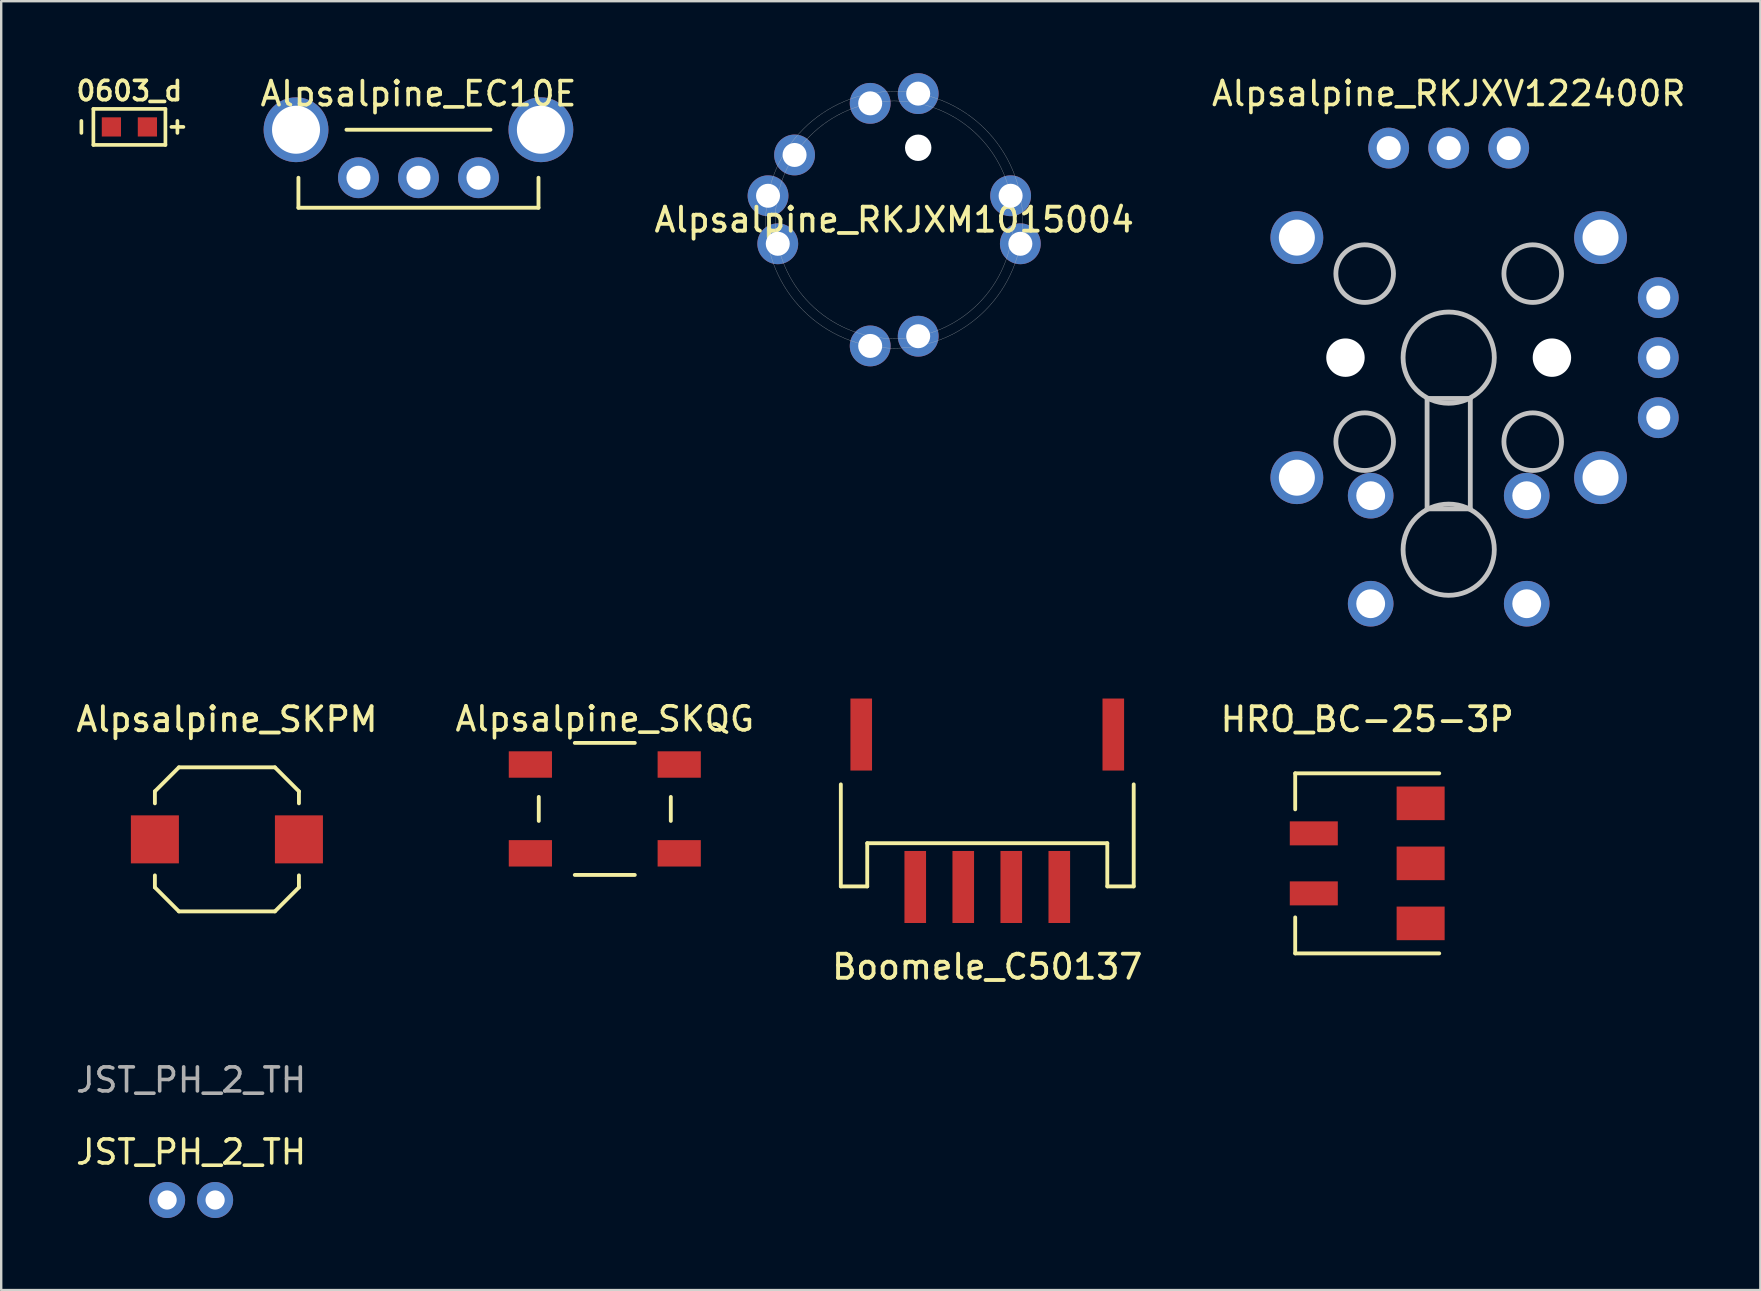
<source format=kicad_pcb>
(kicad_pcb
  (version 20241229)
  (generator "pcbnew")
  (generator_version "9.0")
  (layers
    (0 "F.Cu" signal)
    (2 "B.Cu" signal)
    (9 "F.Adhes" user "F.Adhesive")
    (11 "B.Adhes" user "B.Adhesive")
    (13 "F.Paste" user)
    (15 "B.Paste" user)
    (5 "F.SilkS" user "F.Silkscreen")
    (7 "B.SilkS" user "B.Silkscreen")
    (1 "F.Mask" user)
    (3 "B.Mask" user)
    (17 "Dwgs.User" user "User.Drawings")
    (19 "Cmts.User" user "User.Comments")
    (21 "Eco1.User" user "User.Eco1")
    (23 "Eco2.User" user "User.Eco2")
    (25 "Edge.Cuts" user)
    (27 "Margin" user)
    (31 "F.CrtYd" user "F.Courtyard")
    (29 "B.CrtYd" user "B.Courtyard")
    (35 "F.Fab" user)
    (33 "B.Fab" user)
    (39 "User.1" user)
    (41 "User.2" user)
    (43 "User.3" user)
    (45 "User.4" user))
  (footprint "JST_PH_2_TH"
    (layer "F.Cu")
    (at 4.911 46.937)
    (property "Reference" "JST_PH_2_TH" (at 0 -2 0) (unlocked yes) (layer "F.SilkS") (effects (font (size 1 1) (thickness 0.15))))
    (attr through_hole)
    (fp_text user "${REFERENCE}" (at 0 -5 0) (unlocked yes) (layer "F.Fab") (effects (font (size 1 1) (thickness 0.15))))
    (pad "1" thru_hole circle (at -1 0) (size 1.5 1.5) (drill 0.8) (layers "*.Cu" "*.Mask"))
    (pad "2" thru_hole circle (at 1 0) (size 1.5 1.5) (drill 0.8) (layers "*.Cu" "*.Mask")))
  (footprint "Alpsalpine_SKQG"
    (layer "F.Cu")
    (at 22.143 30.646)
    (property "Reference" "Alpsalpine_SKQG" (at 0 -3.75 0) (unlocked yes) (layer "F.SilkS") (effects (font (size 1 1) (thickness 0.15))))
    (attr smd)
    (fp_line (start -2.75 -0.5) (end -2.75 0.5) (stroke (width 0.16) (type solid)) (layer "F.SilkS"))
    (fp_line (start -1.25 -2.75) (end 1.25 -2.75) (stroke (width 0.16) (type solid)) (layer "F.SilkS"))
    (fp_line (start -1.25 2.75) (end 1.25 2.75) (stroke (width 0.16) (type solid)) (layer "F.SilkS"))
    (fp_line (start 2.75 -0.5) (end 2.75 0.5) (stroke (width 0.16) (type solid)) (layer "F.SilkS"))
    (pad "1" smd rect (at -3.1 1.85) (size 1.8 1.1) (layers "F.Cu" "F.Mask" "F.Paste"))
    (pad "1" smd rect (at 3.1 1.85) (size 1.8 1.1) (layers "F.Cu" "F.Mask" "F.Paste"))
    (pad "2" smd rect (at -3.1 -1.85) (size 1.8 1.1) (layers "F.Cu" "F.Mask" "F.Paste"))
    (pad "2" smd rect (at 3.1 -1.85) (size 1.8 1.1) (layers "F.Cu" "F.Mask" "F.Paste"))
    (zone (net_name "") (layer "F.Cu") (hatch edge 0.508) (connect_pads) (min_thickness 0.254) (filled_areas_thickness no) (keepout (tracks not_allowed) (vias not_allowed) (pads not_allowed) (copperpour not_allowed) (footprints allowed)) (placement (enabled no)) (fill) (polygon (pts (xy 26.143 31.947) (xy 18.143 31.947) (xy 18.143 29.346) (xy 26.143 29.346)))))
  (footprint "Boomele_C50137"
    (layer "F.Cu")
    (at 38.075 30.723)
    (property "Reference" "Boomele_C50137" (at 0 6.5 0) (layer "F.SilkS") (effects (font (size 1 1) (thickness 0.16))))
    (attr smd)
    (fp_line (start -6.1 -1.1) (end -6.1 3.15) (stroke (width 0.16) (type solid)) (layer "F.SilkS"))
    (fp_line (start -6.1 3.15) (end -5 3.15) (stroke (width 0.16) (type solid)) (layer "F.SilkS"))
    (fp_line (start -5 1.35) (end 5 1.35) (stroke (width 0.16) (type solid)) (layer "F.SilkS"))
    (fp_line (start -5 3.15) (end -5 1.35) (stroke (width 0.16) (type solid)) (layer "F.SilkS"))
    (fp_line (start 5 1.35) (end 5 3.15) (stroke (width 0.16) (type solid)) (layer "F.SilkS"))
    (fp_line (start 5 3.15) (end 6.1 3.15) (stroke (width 0.16) (type solid)) (layer "F.SilkS"))
    (fp_line (start 6.1 3.15) (end 6.1 -1.1) (stroke (width 0.16) (type solid)) (layer "F.SilkS"))
    (pad "" smd rect (at -5.25 -3.175) (size 0.9 3) (layers "F.Cu" "F.Mask" "F.Paste"))
    (pad "" smd rect (at 5.25 -3.175) (size 0.9 3) (layers "F.Cu" "F.Mask" "F.Paste"))
    (pad "1" smd rect (at 3 3.175) (size 0.9 3) (layers "F.Cu" "F.Mask" "F.Paste"))
    (pad "2" smd rect (at 1 3.175) (size 0.9 3) (layers "F.Cu" "F.Mask" "F.Paste"))
    (pad "3" smd rect (at -1 3.175) (size 0.9 3) (layers "F.Cu" "F.Mask" "F.Paste"))
    (pad "4" smd rect (at -3 3.175) (size 0.9 3) (layers "F.Cu" "F.Mask" "F.Paste")))
  (footprint "HRO_BC-25-3P"
    (layer "F.Cu")
    (at 53.902 32.914)
    (property "Reference" "HRO_BC-25-3P" (at 0 -6 0) (layer "F.SilkS") (effects (font (size 1 1) (thickness 0.16))))
    (attr smd)
    (fp_line (start -3 -3.75) (end 3 -3.75) (stroke (width 0.16) (type solid)) (layer "F.SilkS"))
    (fp_line (start -3 -2.25) (end -3 -3.75) (stroke (width 0.16) (type solid)) (layer "F.SilkS"))
    (fp_line (start -3 3.75) (end -3 2.25) (stroke (width 0.16) (type solid)) (layer "F.SilkS"))
    (fp_line (start 3 3.75) (end -3 3.75) (stroke (width 0.16) (type solid)) (layer "F.SilkS"))
    (pad "" smd rect (at -2.225 -1.25) (size 2 1) (layers "F.Cu" "F.Mask" "F.Paste"))
    (pad "" smd rect (at -2.225 1.25) (size 2 1) (layers "F.Cu" "F.Mask" "F.Paste"))
    (pad "1" smd rect (at 2.225 -2.5) (size 2 1.4) (layers "F.Cu" "F.Mask" "F.Paste"))
    (pad "1" smd rect (at 2.225 0) (size 2 1.4) (layers "F.Cu" "F.Mask" "F.Paste"))
    (pad "1" smd rect (at 2.225 2.5) (size 2 1.4) (layers "F.Cu" "F.Mask" "F.Paste")))
  (footprint "0603_d"
    (layer "F.Cu")
    (at 2.34 2.237)
    (property "Reference" "0603_d" (at 0 -1.5 0) (layer "F.SilkS") (effects (font (size 0.8 0.8) (thickness 0.153))))
    (attr smd)
    (fp_line (start -2 0.25) (end -2 -0.25) (stroke (width 0.153) (type solid)) (layer "F.SilkS"))
    (fp_line (start -1.5 -0.75) (end -1.5 0.75) (stroke (width 0.153) (type solid)) (layer "F.SilkS"))
    (fp_line (start -1.5 -0.75) (end 1.5 -0.75) (stroke (width 0.153) (type solid)) (layer "F.SilkS"))
    (fp_line (start -1.5 0.75) (end 1.5 0.75) (stroke (width 0.153) (type solid)) (layer "F.SilkS"))
    (fp_line (start 1.5 -0.75) (end 1.5 0.75) (stroke (width 0.153) (type solid)) (layer "F.SilkS"))
    (fp_line (start 1.75 0) (end 2.25 0) (stroke (width 0.153) (type solid)) (layer "F.SilkS"))
    (fp_line (start 2 -0.25) (end 2 0.25) (stroke (width 0.153) (type solid)) (layer "F.SilkS"))
    (pad "1" smd rect (at -0.75 0) (size 0.8 0.8) (layers "F.Cu" "F.Mask" "F.Paste"))
    (pad "2" smd rect (at 0.75 0) (size 0.8 0.8) (layers "F.Cu" "F.Mask" "F.Paste")))
  (footprint "Alpsalpine_EC10E"
    (layer "F.Cu")
    (at 14.381 3.354)
    (property "Reference" "Alpsalpine_EC10E" (at 0 -2.5 0) (unlocked yes) (layer "F.SilkS") (effects (font (size 1 1) (thickness 0.153))))
    (attr through_hole)
    (fp_line (start -5 1) (end -5 2.25) (stroke (width 0.16) (type default)) (layer "F.SilkS"))
    (fp_line (start -5 2.25) (end 5 2.25) (stroke (width 0.16) (type default)) (layer "F.SilkS"))
    (fp_line (start -3 -1) (end 3 -1) (stroke (width 0.16) (type default)) (layer "F.SilkS"))
    (fp_line (start 5 1) (end 5 2.25) (stroke (width 0.16) (type default)) (layer "F.SilkS"))
    (pad "" thru_hole circle (at -5.1 -1) (size 2.7 2.7) (drill 2) (layers "*.Cu" "*.Mask"))
    (pad "" thru_hole circle (at 5.1 -1) (size 2.7 2.7) (drill 2) (layers "*.Cu" "*.Mask"))
    (pad "1" thru_hole circle (at -2.5 1) (size 1.7 1.7) (drill 1) (layers "*.Cu" "*.Mask"))
    (pad "2" thru_hole circle (at 0 1) (size 1.7 1.7) (drill 1) (layers "*.Cu" "*.Mask"))
    (pad "3" thru_hole circle (at 2.5 1) (size 1.7 1.7) (drill 1) (layers "*.Cu" "*.Mask")))
  (footprint "Alpsalpine_SKPM"
    (layer "F.Cu")
    (at 6.402 31.914)
    (property "Reference" "Alpsalpine_SKPM" (at 0 -5 0) (layer "F.SilkS") (effects (font (size 1 1) (thickness 0.16))))
    (attr smd)
    (fp_line (start -3 -2) (end -2 -3) (stroke (width 0.16) (type solid)) (layer "F.SilkS"))
    (fp_line (start -3 -1.5) (end -3 -2) (stroke (width 0.16) (type solid)) (layer "F.SilkS"))
    (fp_line (start -3 2) (end -3 1.5) (stroke (width 0.16) (type solid)) (layer "F.SilkS"))
    (fp_line (start -3 2) (end -2 3) (stroke (width 0.16) (type solid)) (layer "F.SilkS"))
    (fp_line (start -2 -3) (end 2 -3) (stroke (width 0.16) (type solid)) (layer "F.SilkS"))
    (fp_line (start -2 3) (end 2 3) (stroke (width 0.16) (type solid)) (layer "F.SilkS"))
    (fp_line (start 3 -2) (end 2 -3) (stroke (width 0.16) (type solid)) (layer "F.SilkS"))
    (fp_line (start 3 -1.5) (end 3 -2) (stroke (width 0.16) (type solid)) (layer "F.SilkS"))
    (fp_line (start 3 2) (end 2 3) (stroke (width 0.16) (type solid)) (layer "F.SilkS"))
    (fp_line (start 3 2) (end 3 1.5) (stroke (width 0.16) (type solid)) (layer "F.SilkS"))
    (pad "1" smd rect (at -3 0) (size 2 2) (layers "F.Cu" "F.Mask" "F.Paste"))
    (pad "2" smd rect (at 3 0) (size 2 2) (layers "F.Cu" "F.Mask" "F.Paste")))
  (footprint "Alpsalpine_RKJXM1015004"
    (layer "F.Cu")
    (at 34.198 6.105)
    (property "Reference" "Alpsalpine_RKJXM1015004" (at 0 0 0) (layer "F.SilkS") (effects (font (size 1 1) (thickness 0.16))))
    (attr through_hole)
    (fp_circle (center 0 0) (end 4.95 0) (stroke (width 0.01) (type solid)) (fill no) (layer "Dwgs.User"))
    (fp_circle (center 0 0) (end 5.35 0) (stroke (width 0.01) (type solid)) (fill no) (layer "Dwgs.User"))
    (pad "" thru_hole circle (at -5.255 -1) (size 1.7 1.7) (drill 1) (layers "*.Cu" "*.Mask"))
    (pad "" thru_hole circle (at -1 5.255) (size 1.7 1.7) (drill 1) (layers "*.Cu" "*.Mask"))
    (pad "" np_thru_hole circle (at 1 -3) (size 1.1 1.1) (drill 1.1) (layers "*.Cu" "*.Mask"))
    (pad "1" thru_hole circle (at 1 4.85) (size 1.7 1.7) (drill 1) (layers "*.Cu" "*.Mask"))
    (pad "2" thru_hole circle (at 4.85 -1) (size 1.7 1.7) (drill 1) (layers "*.Cu" "*.Mask"))
    (pad "3" thru_hole circle (at -1 -4.85) (size 1.7 1.7) (drill 1) (layers "*.Cu" "*.Mask"))
    (pad "4" thru_hole circle (at -4.85 1) (size 1.7 1.7) (drill 1) (layers "*.Cu" "*.Mask"))
    (pad "5" thru_hole circle (at 5.255 1) (size 1.7 1.7) (drill 1) (layers "*.Cu" "*.Mask"))
    (pad "6" thru_hole circle (at 1 -5.255) (size 1.7 1.7) (drill 1) (layers "*.Cu" "*.Mask"))
    (pad "7" thru_hole circle (at -4.15 -2.7) (size 1.7 1.7) (drill 1) (layers "*.Cu" "*.Mask")))
  (footprint "Alpsalpine_RKJXV122400R"
    (layer "F.Cu")
    (at 57.296 11.848)
    (property "Reference" "Alpsalpine_RKJXV122400R" (at 0 -11 0) (layer "F.SilkS") (effects (font (size 1 1) (thickness 0.15))))
    (attr through_hole)
    (fp_line (start -0.9 1.7) (end -0.9 6.3) (stroke (width 0.2) (type solid)) (layer "Dwgs.User"))
    (fp_line (start -0.9 6.3) (end 0.9 6.3) (stroke (width 0.2) (type solid)) (layer "Dwgs.User"))
    (fp_line (start 0.9 1.7) (end -0.9 1.7) (stroke (width 0.2) (type solid)) (layer "Dwgs.User"))
    (fp_line (start 0.9 6.3) (end 0.9 1.7) (stroke (width 0.2) (type solid)) (layer "Dwgs.User"))
    (fp_circle (center -3.5 -3.5) (end -2.3 -3.5) (stroke (width 0.2) (type solid)) (fill no) (layer "Dwgs.User"))
    (fp_circle (center -3.5 3.5) (end -2.3 3.5) (stroke (width 0.2) (type solid)) (fill no) (layer "Dwgs.User"))
    (fp_circle (center 0 0) (end 1.9 0) (stroke (width 0.2) (type solid)) (fill no) (layer "Dwgs.User"))
    (fp_circle (center 0 8) (end 1.9 8) (stroke (width 0.2) (type solid)) (fill no) (layer "Dwgs.User"))
    (fp_circle (center 3.5 -3.5) (end 4.7 -3.5) (stroke (width 0.2) (type solid)) (fill no) (layer "Dwgs.User"))
    (fp_circle (center 3.5 3.5) (end 4.7 3.5) (stroke (width 0.2) (type solid)) (fill no) (layer "Dwgs.User"))
    (pad "" thru_hole circle (at -6.325 -5) (size 2.2 2.2) (drill 1.5) (layers "*.Cu" "*.Mask"))
    (pad "" thru_hole circle (at -6.325 5) (size 2.2 2.2) (drill 1.5) (layers "*.Cu" "*.Mask"))
    (pad "" np_thru_hole circle (at -4.3 0) (size 1.6 1.6) (drill 1.6) (layers "*.Cu" "*.Mask"))
    (pad "" np_thru_hole circle (at 4.3 0) (size 1.6 1.6) (drill 1.6) (layers "*.Cu" "*.Mask"))
    (pad "" thru_hole circle (at 6.325 -5) (size 2.2 2.2) (drill 1.5) (layers "*.Cu" "*.Mask"))
    (pad "" thru_hole circle (at 6.325 5) (size 2.2 2.2) (drill 1.5) (layers "*.Cu" "*.Mask"))
    (pad "1" thru_hole circle (at 8.73 2.5) (size 1.7 1.7) (drill 1) (layers "*.Cu" "*.Mask"))
    (pad "2" thru_hole circle (at 8.73 0) (size 1.7 1.7) (drill 1) (layers "*.Cu" "*.Mask"))
    (pad "3" thru_hole circle (at 8.73 -2.5) (size 1.7 1.7) (drill 1) (layers "*.Cu" "*.Mask"))
    (pad "4" thru_hole circle (at 2.5 -8.73) (size 1.7 1.7) (drill 1) (layers "*.Cu" "*.Mask"))
    (pad "5" thru_hole circle (at 0 -8.73) (size 1.7 1.7) (drill 1) (layers "*.Cu" "*.Mask"))
    (pad "6" thru_hole circle (at -2.5 -8.73) (size 1.7 1.7) (drill 1) (layers "*.Cu" "*.Mask"))
    (pad "7" thru_hole circle (at -3.25 5.75) (size 1.9 1.9) (drill 1.2) (layers "*.Cu" "*.Mask"))
    (pad "8" thru_hole circle (at -3.25 10.25) (size 1.9 1.9) (drill 1.2) (layers "*.Cu" "*.Mask"))
    (pad "9" thru_hole circle (at 3.25 5.75) (size 1.9 1.9) (drill 1.2) (layers "*.Cu" "*.Mask"))
    (pad "10" thru_hole circle (at 3.25 10.25) (size 1.9 1.9) (drill 1.2) (layers "*.Cu" "*.Mask")))
  (gr_rect
    (start -3 -3)
    (end 70.278 50.687)
    (stroke (width 0.1) (type default))
    (fill no)
    (layer "Edge.Cuts")))
</source>
